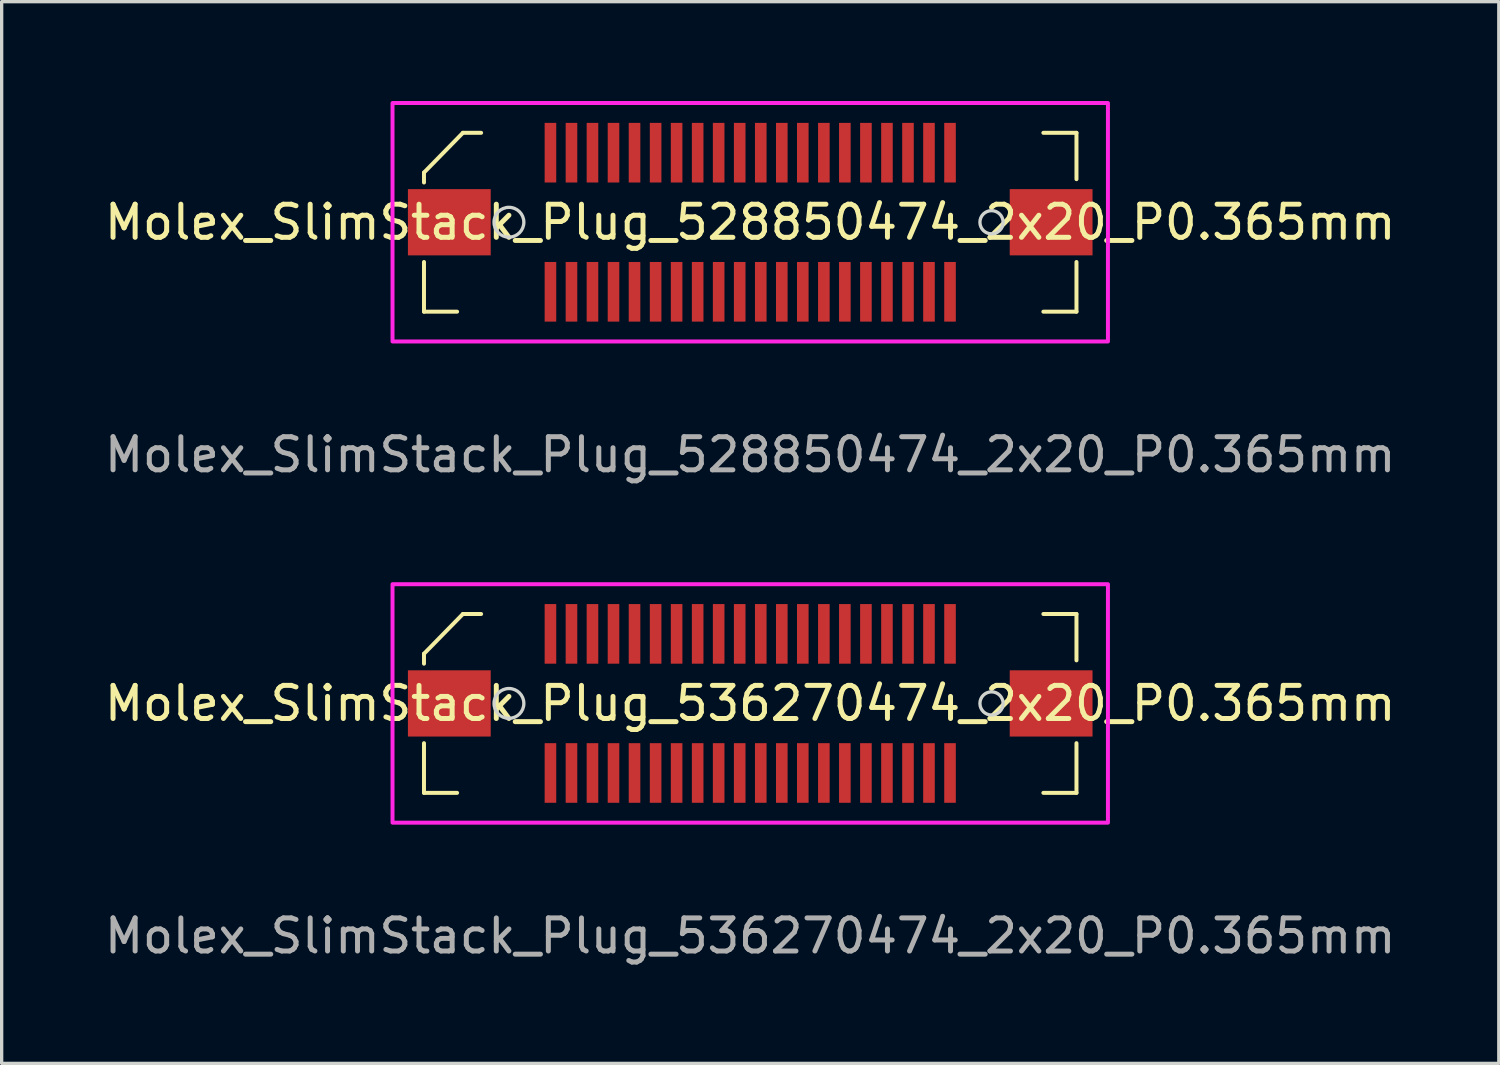
<source format=kicad_pcb>
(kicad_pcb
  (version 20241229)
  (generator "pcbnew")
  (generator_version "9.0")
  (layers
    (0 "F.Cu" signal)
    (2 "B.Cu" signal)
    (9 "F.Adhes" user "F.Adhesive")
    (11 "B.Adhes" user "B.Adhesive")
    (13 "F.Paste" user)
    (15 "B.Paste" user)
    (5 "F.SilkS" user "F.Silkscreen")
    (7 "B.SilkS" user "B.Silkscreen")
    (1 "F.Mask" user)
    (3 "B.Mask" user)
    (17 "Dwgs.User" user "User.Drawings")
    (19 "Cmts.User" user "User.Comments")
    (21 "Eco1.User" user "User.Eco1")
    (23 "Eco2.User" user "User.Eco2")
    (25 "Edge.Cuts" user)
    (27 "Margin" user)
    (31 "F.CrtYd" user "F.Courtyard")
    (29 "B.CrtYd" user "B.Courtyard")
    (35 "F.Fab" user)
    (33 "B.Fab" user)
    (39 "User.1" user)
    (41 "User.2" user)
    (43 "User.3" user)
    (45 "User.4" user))
  (footprint "Molex_SlimStack_Plug_528850474_2x20_P0.365mm"
    (layer "F.Cu")
    (at 19.601 3.66)
    (property "Reference" "Molex_SlimStack_Plug_528850474_2x20_P0.365mm" (at 0 0 0) (unlocked yes) (layer "F.SilkS") (effects (font (size 1 1) (thickness 0.15))))
    (attr smd)
    (fp_line (start -9.85 -1.5) (end -9.85 -1.2) (stroke (width 0.12) (type solid)) (layer "F.SilkS"))
    (fp_line (start -9.85 -1.5) (end -8.675 -2.7) (stroke (width 0.12) (type solid)) (layer "F.SilkS"))
    (fp_line (start -9.85 1.2) (end -9.85 2.7) (stroke (width 0.12) (type solid)) (layer "F.SilkS"))
    (fp_line (start -9.85 2.7) (end -8.85 2.7) (stroke (width 0.12) (type solid)) (layer "F.SilkS"))
    (fp_line (start -8.675 -2.7) (end -8.125 -2.7) (stroke (width 0.12) (type solid)) (layer "F.SilkS"))
    (fp_line (start 9.85 -2.7) (end 8.85 -2.7) (stroke (width 0.12) (type solid)) (layer "F.SilkS"))
    (fp_line (start 9.85 -2.7) (end 9.85 -1.3) (stroke (width 0.12) (type solid)) (layer "F.SilkS"))
    (fp_line (start 9.85 1.2) (end 9.85 2.7) (stroke (width 0.12) (type solid)) (layer "F.SilkS"))
    (fp_line (start 9.85 2.7) (end 8.85 2.7) (stroke (width 0.12) (type solid)) (layer "F.SilkS"))
    (fp_circle (center -7.285 0) (end -6.835 0) (stroke (width 0.1) (type solid)) (fill no) (layer "Edge.Cuts"))
    (fp_circle (center 7.285 0) (end 7.635 0) (stroke (width 0.1) (type solid)) (fill no) (layer "Edge.Cuts"))
    (fp_rect (start 10.8 -3.6) (end -10.8 3.6) (stroke (width 0.12) (type solid)) (fill no) (layer "F.CrtYd"))
    (fp_text user "${REFERENCE}" (at 0 7.02 0) (layer "F.Fab") (effects (font (size 1 1) (thickness 0.15))))
    (pad "1" smd rect (at -6.032 -2.1) (size 0.35 1.8) (layers "F.Cu" "F.Mask" "F.Paste"))
    (pad "2" smd rect (at -5.397 -2.1) (size 0.35 1.8) (layers "F.Cu" "F.Mask" "F.Paste"))
    (pad "3" smd rect (at -4.763 -2.1) (size 0.35 1.8) (layers "F.Cu" "F.Mask" "F.Paste"))
    (pad "4" smd rect (at -4.128 -2.1) (size 0.35 1.8) (layers "F.Cu" "F.Mask" "F.Paste"))
    (pad "5" smd rect (at -3.493 -2.1) (size 0.35 1.8) (layers "F.Cu" "F.Mask" "F.Paste"))
    (pad "6" smd rect (at -2.857 -2.1) (size 0.35 1.8) (layers "F.Cu" "F.Mask" "F.Paste"))
    (pad "7" smd rect (at -2.223 -2.1) (size 0.35 1.8) (layers "F.Cu" "F.Mask" "F.Paste"))
    (pad "8" smd rect (at -1.587 -2.1) (size 0.35 1.8) (layers "F.Cu" "F.Mask" "F.Paste"))
    (pad "9" smd rect (at -0.953 -2.1) (size 0.35 1.8) (layers "F.Cu" "F.Mask" "F.Paste"))
    (pad "10" smd rect (at -0.318 -2.1) (size 0.35 1.8) (layers "F.Cu" "F.Mask" "F.Paste"))
    (pad "11" smd rect (at 0.318 -2.1) (size 0.35 1.8) (layers "F.Cu" "F.Mask" "F.Paste"))
    (pad "12" smd rect (at 0.953 -2.1) (size 0.35 1.8) (layers "F.Cu" "F.Mask" "F.Paste"))
    (pad "13" smd rect (at 1.587 -2.1) (size 0.35 1.8) (layers "F.Cu" "F.Mask" "F.Paste"))
    (pad "14" smd rect (at 2.223 -2.1) (size 0.35 1.8) (layers "F.Cu" "F.Mask" "F.Paste"))
    (pad "15" smd rect (at 2.857 -2.1) (size 0.35 1.8) (layers "F.Cu" "F.Mask" "F.Paste"))
    (pad "16" smd rect (at 3.493 -2.1) (size 0.35 1.8) (layers "F.Cu" "F.Mask" "F.Paste"))
    (pad "17" smd rect (at 4.128 -2.1) (size 0.35 1.8) (layers "F.Cu" "F.Mask" "F.Paste"))
    (pad "18" smd rect (at 4.763 -2.1) (size 0.35 1.8) (layers "F.Cu" "F.Mask" "F.Paste"))
    (pad "19" smd rect (at 5.397 -2.1) (size 0.35 1.8) (layers "F.Cu" "F.Mask" "F.Paste"))
    (pad "20" smd rect (at 6.032 -2.1) (size 0.35 1.8) (layers "F.Cu" "F.Mask" "F.Paste"))
    (pad "21" smd rect (at 6.032 2.1) (size 0.35 1.8) (layers "F.Cu" "F.Mask" "F.Paste"))
    (pad "22" smd rect (at 5.397 2.1) (size 0.35 1.8) (layers "F.Cu" "F.Mask" "F.Paste"))
    (pad "23" smd rect (at 4.763 2.1) (size 0.35 1.8) (layers "F.Cu" "F.Mask" "F.Paste"))
    (pad "24" smd rect (at 4.128 2.1) (size 0.35 1.8) (layers "F.Cu" "F.Mask" "F.Paste"))
    (pad "25" smd rect (at 3.493 2.1) (size 0.35 1.8) (layers "F.Cu" "F.Mask" "F.Paste"))
    (pad "26" smd rect (at 2.857 2.1) (size 0.35 1.8) (layers "F.Cu" "F.Mask" "F.Paste"))
    (pad "27" smd rect (at 2.223 2.1) (size 0.35 1.8) (layers "F.Cu" "F.Mask" "F.Paste"))
    (pad "28" smd rect (at 1.587 2.1) (size 0.35 1.8) (layers "F.Cu" "F.Mask" "F.Paste"))
    (pad "29" smd rect (at 0.953 2.1) (size 0.35 1.8) (layers "F.Cu" "F.Mask" "F.Paste"))
    (pad "30" smd rect (at 0.318 2.1) (size 0.35 1.8) (layers "F.Cu" "F.Mask" "F.Paste"))
    (pad "31" smd rect (at -0.318 2.1) (size 0.35 1.8) (layers "F.Cu" "F.Mask" "F.Paste"))
    (pad "32" smd rect (at -0.953 2.1) (size 0.35 1.8) (layers "F.Cu" "F.Mask" "F.Paste"))
    (pad "33" smd rect (at -1.587 2.1) (size 0.35 1.8) (layers "F.Cu" "F.Mask" "F.Paste"))
    (pad "34" smd rect (at -2.223 2.1) (size 0.35 1.8) (layers "F.Cu" "F.Mask" "F.Paste"))
    (pad "35" smd rect (at -2.857 2.1) (size 0.35 1.8) (layers "F.Cu" "F.Mask" "F.Paste"))
    (pad "36" smd rect (at -3.493 2.1) (size 0.35 1.8) (layers "F.Cu" "F.Mask" "F.Paste"))
    (pad "37" smd rect (at -4.128 2.1) (size 0.35 1.8) (layers "F.Cu" "F.Mask" "F.Paste"))
    (pad "38" smd rect (at -4.763 2.1) (size 0.35 1.8) (layers "F.Cu" "F.Mask" "F.Paste"))
    (pad "39" smd rect (at -5.397 2.1) (size 0.35 1.8) (layers "F.Cu" "F.Mask" "F.Paste"))
    (pad "40" smd rect (at -6.032 2.1) (size 0.35 1.8) (layers "F.Cu" "F.Mask" "F.Paste"))
    (pad "GND" smd rect (at -9.085 0) (size 2.5 2) (layers "F.Cu" "F.Mask" "F.Paste"))
    (pad "GND" smd rect (at 9.085 0) (size 2.5 2) (layers "F.Cu" "F.Mask" "F.Paste")))
  (footprint "Molex_SlimStack_Plug_536270474_2x20_P0.365mm"
    (layer "F.Cu")
    (at 19.601 18.188)
    (property "Reference" "Molex_SlimStack_Plug_536270474_2x20_P0.365mm" (at 0 0 0) (unlocked yes) (layer "F.SilkS") (effects (font (size 1 1) (thickness 0.15))))
    (attr smd)
    (fp_line (start -9.85 -1.5) (end -9.85 -1.2) (stroke (width 0.12) (type solid)) (layer "F.SilkS"))
    (fp_line (start -9.85 -1.5) (end -8.675 -2.7) (stroke (width 0.12) (type solid)) (layer "F.SilkS"))
    (fp_line (start -9.85 1.2) (end -9.85 2.7) (stroke (width 0.12) (type solid)) (layer "F.SilkS"))
    (fp_line (start -9.85 2.7) (end -8.85 2.7) (stroke (width 0.12) (type solid)) (layer "F.SilkS"))
    (fp_line (start -8.675 -2.7) (end -8.125 -2.7) (stroke (width 0.12) (type solid)) (layer "F.SilkS"))
    (fp_line (start 9.85 -2.7) (end 8.85 -2.7) (stroke (width 0.12) (type solid)) (layer "F.SilkS"))
    (fp_line (start 9.85 -2.7) (end 9.85 -1.3) (stroke (width 0.12) (type solid)) (layer "F.SilkS"))
    (fp_line (start 9.85 1.2) (end 9.85 2.7) (stroke (width 0.12) (type solid)) (layer "F.SilkS"))
    (fp_line (start 9.85 2.7) (end 8.85 2.7) (stroke (width 0.12) (type solid)) (layer "F.SilkS"))
    (fp_circle (center -7.285 0) (end -6.835 0) (stroke (width 0.1) (type solid)) (fill no) (layer "Edge.Cuts"))
    (fp_circle (center 7.285 0) (end 7.635 0) (stroke (width 0.1) (type solid)) (fill no) (layer "Edge.Cuts"))
    (fp_rect (start 10.8 -3.6) (end -10.8 3.6) (stroke (width 0.12) (type solid)) (fill no) (layer "F.CrtYd"))
    (fp_text user "${REFERENCE}" (at 0 7.02 0) (layer "F.Fab") (effects (font (size 1 1) (thickness 0.15))))
    (pad "1" smd rect (at -6.032 -2.1) (size 0.35 1.8) (layers "F.Cu" "F.Mask" "F.Paste"))
    (pad "2" smd rect (at -5.397 -2.1) (size 0.35 1.8) (layers "F.Cu" "F.Mask" "F.Paste"))
    (pad "3" smd rect (at -4.763 -2.1) (size 0.35 1.8) (layers "F.Cu" "F.Mask" "F.Paste"))
    (pad "4" smd rect (at -4.128 -2.1) (size 0.35 1.8) (layers "F.Cu" "F.Mask" "F.Paste"))
    (pad "5" smd rect (at -3.493 -2.1) (size 0.35 1.8) (layers "F.Cu" "F.Mask" "F.Paste"))
    (pad "6" smd rect (at -2.857 -2.1) (size 0.35 1.8) (layers "F.Cu" "F.Mask" "F.Paste"))
    (pad "7" smd rect (at -2.223 -2.1) (size 0.35 1.8) (layers "F.Cu" "F.Mask" "F.Paste"))
    (pad "8" smd rect (at -1.587 -2.1) (size 0.35 1.8) (layers "F.Cu" "F.Mask" "F.Paste"))
    (pad "9" smd rect (at -0.953 -2.1) (size 0.35 1.8) (layers "F.Cu" "F.Mask" "F.Paste"))
    (pad "10" smd rect (at -0.318 -2.1) (size 0.35 1.8) (layers "F.Cu" "F.Mask" "F.Paste"))
    (pad "11" smd rect (at 0.318 -2.1) (size 0.35 1.8) (layers "F.Cu" "F.Mask" "F.Paste"))
    (pad "12" smd rect (at 0.953 -2.1) (size 0.35 1.8) (layers "F.Cu" "F.Mask" "F.Paste"))
    (pad "13" smd rect (at 1.587 -2.1) (size 0.35 1.8) (layers "F.Cu" "F.Mask" "F.Paste"))
    (pad "14" smd rect (at 2.223 -2.1) (size 0.35 1.8) (layers "F.Cu" "F.Mask" "F.Paste"))
    (pad "15" smd rect (at 2.857 -2.1) (size 0.35 1.8) (layers "F.Cu" "F.Mask" "F.Paste"))
    (pad "16" smd rect (at 3.493 -2.1) (size 0.35 1.8) (layers "F.Cu" "F.Mask" "F.Paste"))
    (pad "17" smd rect (at 4.128 -2.1) (size 0.35 1.8) (layers "F.Cu" "F.Mask" "F.Paste"))
    (pad "18" smd rect (at 4.763 -2.1) (size 0.35 1.8) (layers "F.Cu" "F.Mask" "F.Paste"))
    (pad "19" smd rect (at 5.397 -2.1) (size 0.35 1.8) (layers "F.Cu" "F.Mask" "F.Paste"))
    (pad "20" smd rect (at 6.032 -2.1) (size 0.35 1.8) (layers "F.Cu" "F.Mask" "F.Paste"))
    (pad "21" smd rect (at 6.032 2.1) (size 0.35 1.8) (layers "F.Cu" "F.Mask" "F.Paste"))
    (pad "22" smd rect (at 5.397 2.1) (size 0.35 1.8) (layers "F.Cu" "F.Mask" "F.Paste"))
    (pad "23" smd rect (at 4.763 2.1) (size 0.35 1.8) (layers "F.Cu" "F.Mask" "F.Paste"))
    (pad "24" smd rect (at 4.128 2.1) (size 0.35 1.8) (layers "F.Cu" "F.Mask" "F.Paste"))
    (pad "25" smd rect (at 3.493 2.1) (size 0.35 1.8) (layers "F.Cu" "F.Mask" "F.Paste"))
    (pad "26" smd rect (at 2.857 2.1) (size 0.35 1.8) (layers "F.Cu" "F.Mask" "F.Paste"))
    (pad "27" smd rect (at 2.223 2.1) (size 0.35 1.8) (layers "F.Cu" "F.Mask" "F.Paste"))
    (pad "28" smd rect (at 1.587 2.1) (size 0.35 1.8) (layers "F.Cu" "F.Mask" "F.Paste"))
    (pad "29" smd rect (at 0.953 2.1) (size 0.35 1.8) (layers "F.Cu" "F.Mask" "F.Paste"))
    (pad "30" smd rect (at 0.318 2.1) (size 0.35 1.8) (layers "F.Cu" "F.Mask" "F.Paste"))
    (pad "31" smd rect (at -0.318 2.1) (size 0.35 1.8) (layers "F.Cu" "F.Mask" "F.Paste"))
    (pad "32" smd rect (at -0.953 2.1) (size 0.35 1.8) (layers "F.Cu" "F.Mask" "F.Paste"))
    (pad "33" smd rect (at -1.587 2.1) (size 0.35 1.8) (layers "F.Cu" "F.Mask" "F.Paste"))
    (pad "34" smd rect (at -2.223 2.1) (size 0.35 1.8) (layers "F.Cu" "F.Mask" "F.Paste"))
    (pad "35" smd rect (at -2.857 2.1) (size 0.35 1.8) (layers "F.Cu" "F.Mask" "F.Paste"))
    (pad "36" smd rect (at -3.493 2.1) (size 0.35 1.8) (layers "F.Cu" "F.Mask" "F.Paste"))
    (pad "37" smd rect (at -4.128 2.1) (size 0.35 1.8) (layers "F.Cu" "F.Mask" "F.Paste"))
    (pad "38" smd rect (at -4.763 2.1) (size 0.35 1.8) (layers "F.Cu" "F.Mask" "F.Paste"))
    (pad "39" smd rect (at -5.397 2.1) (size 0.35 1.8) (layers "F.Cu" "F.Mask" "F.Paste"))
    (pad "40" smd rect (at -6.032 2.1) (size 0.35 1.8) (layers "F.Cu" "F.Mask" "F.Paste"))
    (pad "GND" smd rect (at -9.085 0) (size 2.5 2) (layers "F.Cu" "F.Mask" "F.Paste"))
    (pad "GND" smd rect (at 9.085 0) (size 2.5 2) (layers "F.Cu" "F.Mask" "F.Paste")))
  (gr_rect
    (start -3 -3)
    (end 42.202 29.056)
    (stroke (width 0.1) (type default))
    (fill no)
    (layer "Edge.Cuts")))
</source>
